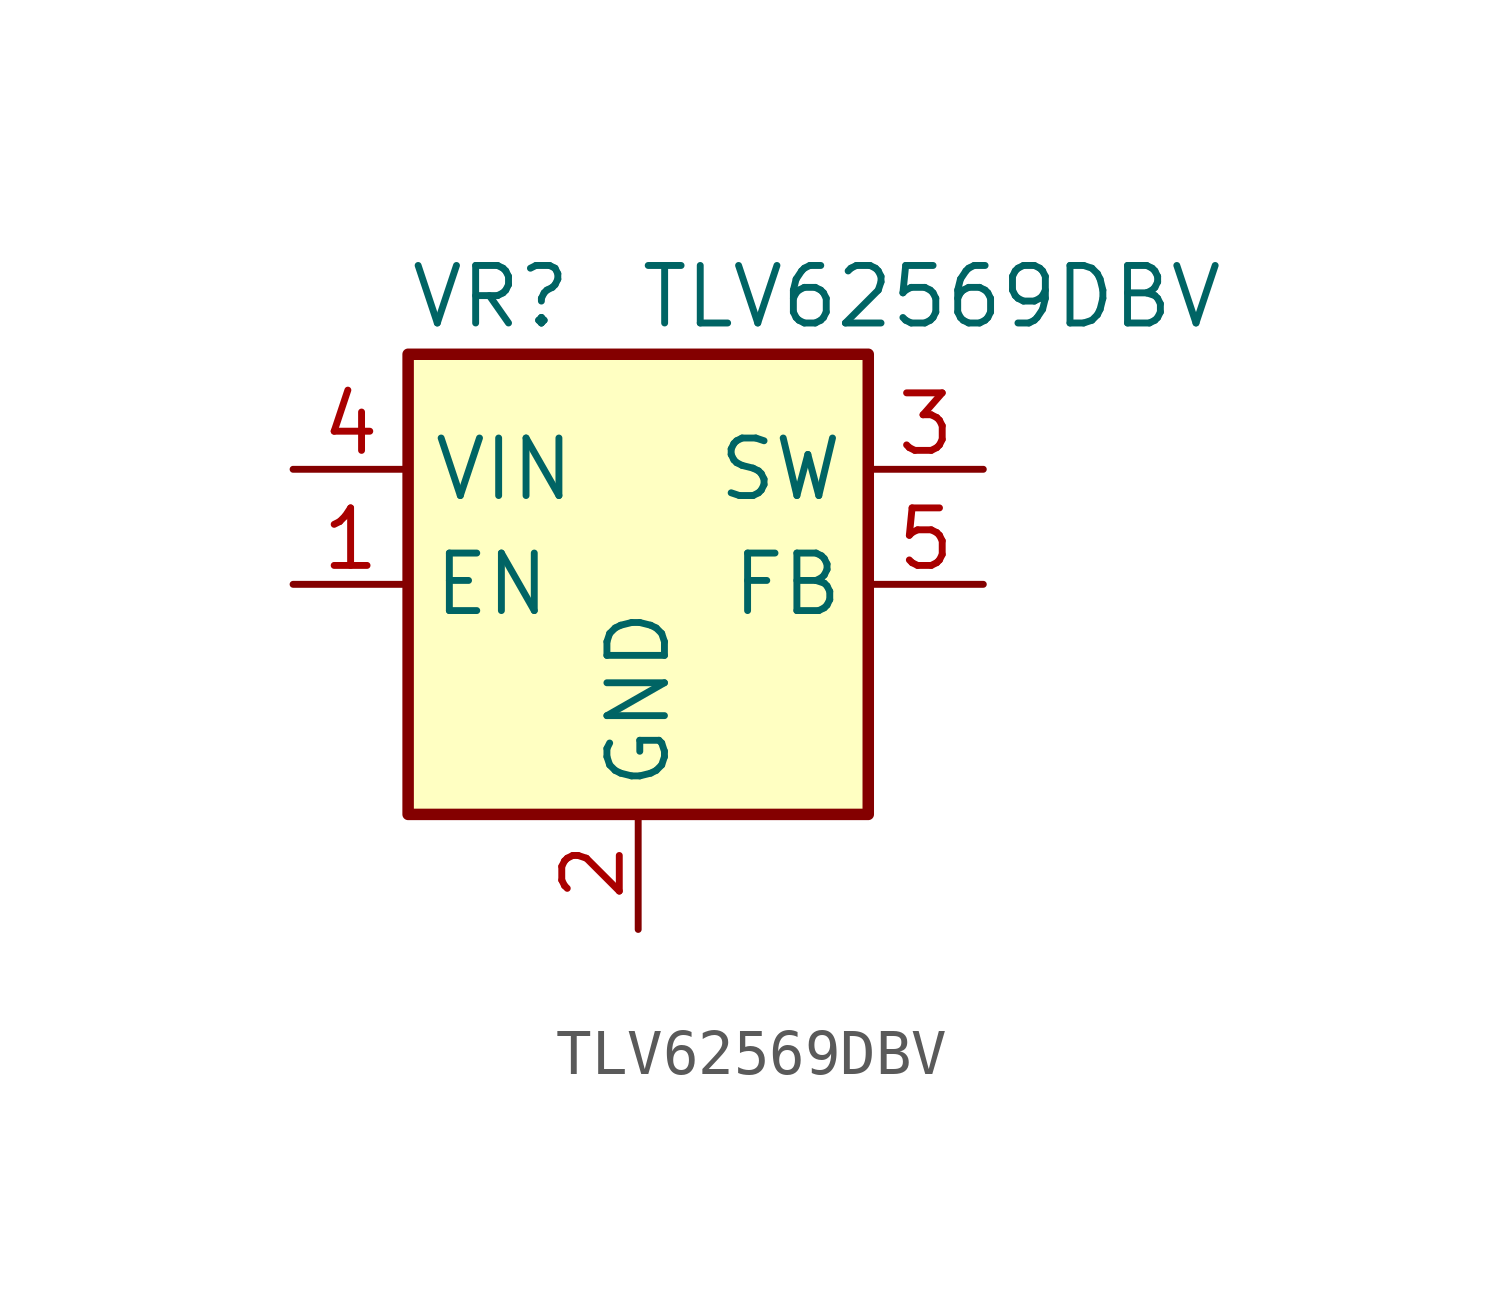
<source format=kicad_sym>
(kicad_symbol_lib
  (version 20211014)
  (generator kicad_symbol_editor)
  (symbol "TLV62569DBV"
    (property "Reference" "VR"
      (at -5.08 6.35 0)
      (effects (font (size 1.27 1.27)) (justify left)))
    (property "Value" "TLV62569DBV"
      (at 0 6.35 0)
      (effects (font (size 1.27 1.27)) (justify left)))
    (symbol "TLV62569DBV_0_1"
      (rectangle (start -5.08 5.08) (end 5.08 -5.08) (stroke (width 0.254) (type default) (color 0 0 0 0)) (fill (type background))))
    (symbol "TLV62569DBV_1_1"
      (pin input line (at -7.62 0 0) (length 2.54) (name "EN" (effects (font (size 1.27 1.27)))) (number "1" (effects (font (size 1.27 1.27)))))
      (pin power_in line (at 0 -7.62 90) (length 2.54) (name "GND" (effects (font (size 1.27 1.27)))) (number "2" (effects (font (size 1.27 1.27)))))
      (pin power_out line (at 7.62 2.54 180) (length 2.54) (name "SW" (effects (font (size 1.27 1.27)))) (number "3" (effects (font (size 1.27 1.27)))))
      (pin power_in line (at -7.62 2.54 0) (length 2.54) (name "VIN" (effects (font (size 1.27 1.27)))) (number "4" (effects (font (size 1.27 1.27)))))
      (pin input line (at 7.62 0 180) (length 2.54) (name "FB" (effects (font (size 1.27 1.27)))) (number "5" (effects (font (size 1.27 1.27))))))))
</source>
